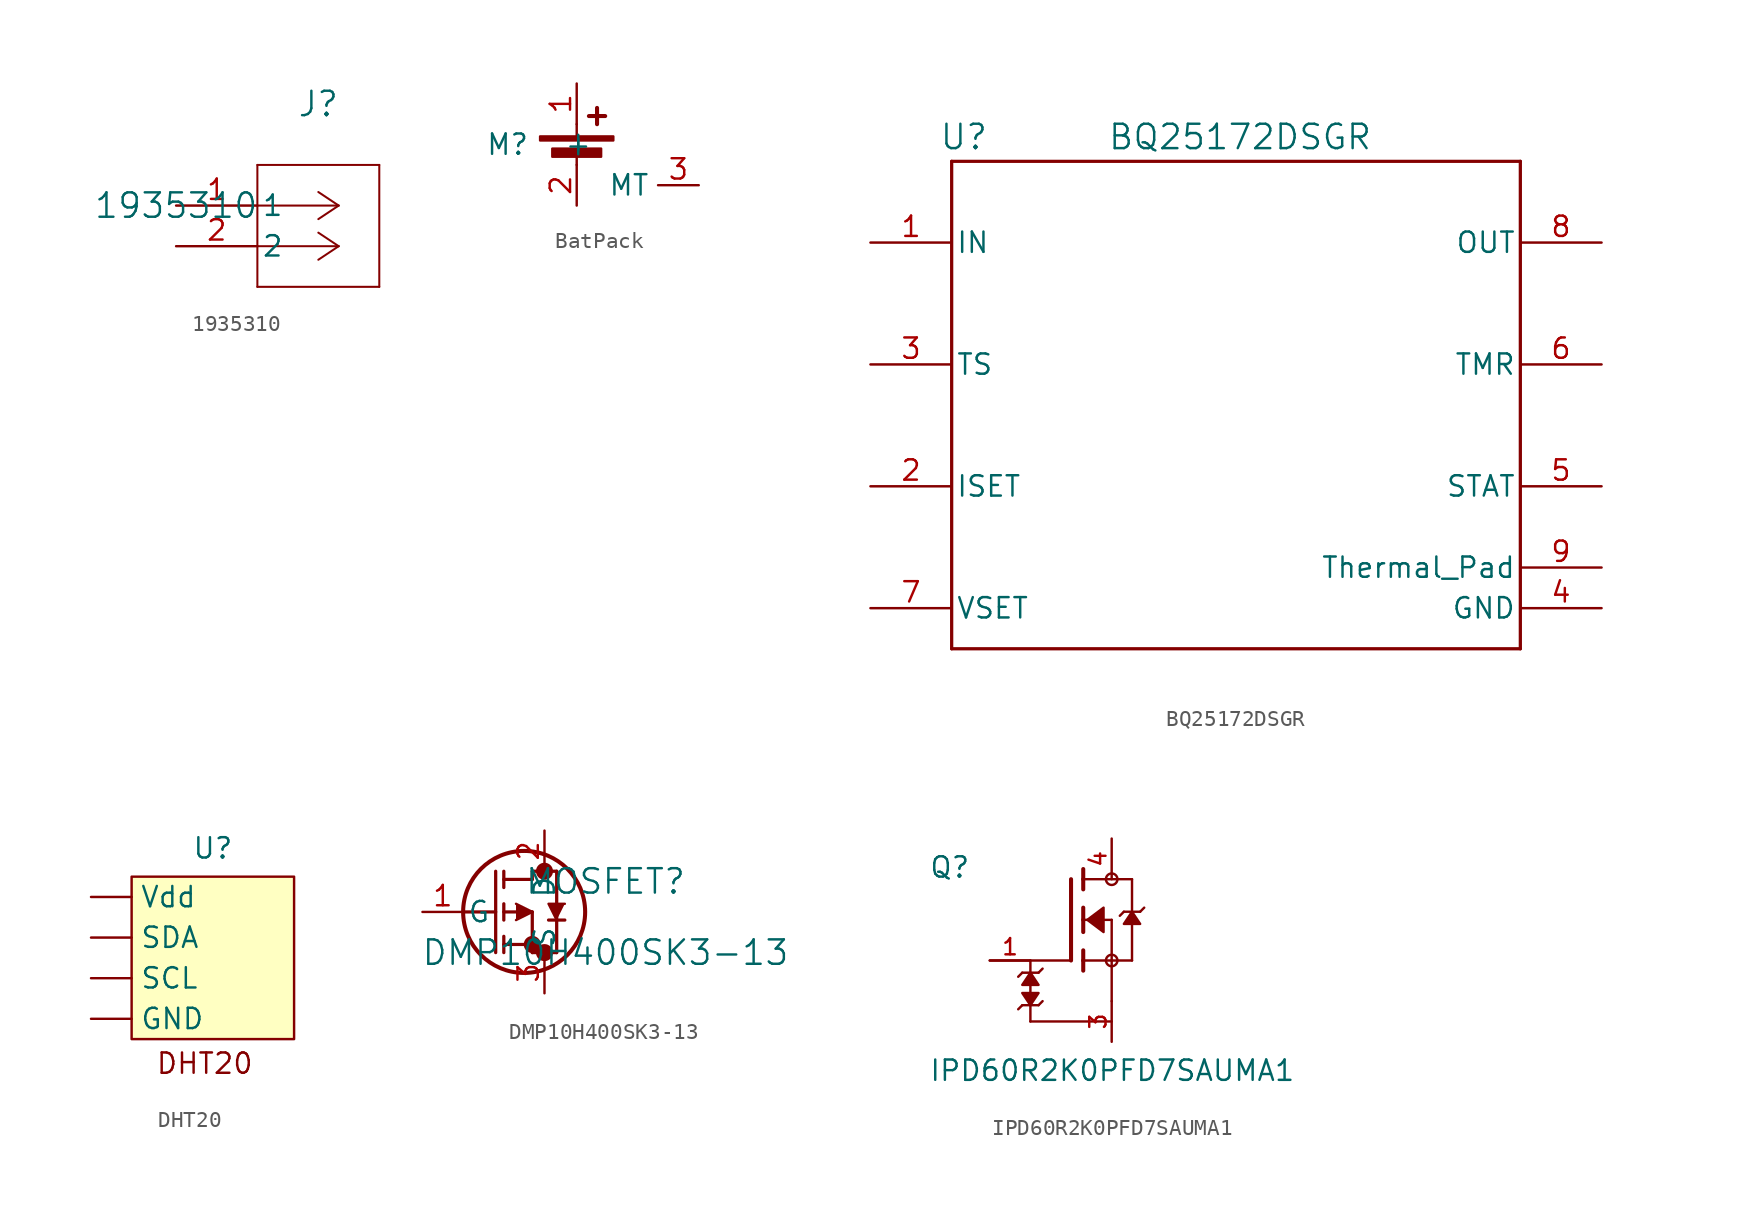
<source format=kicad_sym>
(kicad_symbol_lib
  (version 20231120)
  (generator "kicad_symbol_editor")
  (generator_version "8.0")
  (symbol "1935310"
    (pin_names
      (offset 0.254))
    (property "Reference" "J"
      (at 8.89 6.35 0)
      (effects (font (size 1.524 1.524))))
    (property "Value" "1935310"
      (at 0 0 0)
      (effects (font (size 1.524 1.524))))
    (symbol "1935310_0_1"
      (polyline (pts (xy 5.08 -5.08) (xy 12.7 -5.08)) (stroke (width 0.127) (type default)) (fill (type none)))
      (polyline (pts (xy 5.08 2.54) (xy 5.08 -5.08)) (stroke (width 0.127) (type default)) (fill (type none)))
      (polyline (pts (xy 10.16 -2.54) (xy 5.08 -2.54)) (stroke (width 0.127) (type default)) (fill (type none)))
      (polyline (pts (xy 10.16 -2.54) (xy 8.89 -3.387)) (stroke (width 0.127) (type default)) (fill (type none)))
      (polyline (pts (xy 10.16 -2.54) (xy 8.89 -1.693)) (stroke (width 0.127) (type default)) (fill (type none)))
      (polyline (pts (xy 10.16 0) (xy 5.08 0)) (stroke (width 0.127) (type default)) (fill (type none)))
      (polyline (pts (xy 10.16 0) (xy 8.89 -0.847)) (stroke (width 0.127) (type default)) (fill (type none)))
      (polyline (pts (xy 10.16 0) (xy 8.89 0.847)) (stroke (width 0.127) (type default)) (fill (type none)))
      (polyline (pts (xy 12.7 -5.08) (xy 12.7 2.54)) (stroke (width 0.127) (type default)) (fill (type none)))
      (polyline (pts (xy 12.7 2.54) (xy 5.08 2.54)) (stroke (width 0.127) (type default)) (fill (type none)))
      (pin unspecified line (at 0 0 0) (length 5.08) (name "1" (effects (font (size 1.27 1.27)))) (number "1" (effects (font (size 1.27 1.27)))))
      (pin unspecified line (at 0 -2.54 0) (length 5.08) (name "2" (effects (font (size 1.27 1.27)))) (number "2" (effects (font (size 1.27 1.27)))))))
  (symbol "BatPack"
    (property "Reference" "M"
      (at -4.318 0 0)
      (effects (font (size 1.27 1.27))))
    (property "Value" ""
      (at -3.81 0 0)
      (effects (font (size 1.27 1.27))))
    (symbol "BatPack_0_1"
      (rectangle (start -2.286 0.508) (end 2.286 0.254) (stroke (width 0) (type default)) (fill (type outline)))
      (rectangle (start -1.524 -0.254) (end 1.524 -0.762) (stroke (width 0) (type default)) (fill (type outline)))
      (polyline (pts (xy 0 -0.508) (xy 0 -1.27)) (stroke (width 0) (type default)) (fill (type none)))
      (polyline (pts (xy 0 0.508) (xy 0 1.27)) (stroke (width 0) (type default)) (fill (type none)))
      (polyline (pts (xy 0.762 1.778) (xy 1.778 1.778)) (stroke (width 0.254) (type default)) (fill (type none)))
      (polyline (pts (xy 1.27 2.286) (xy 1.27 1.27)) (stroke (width 0.254) (type default)) (fill (type none))))
    (symbol "BatPack_1_1"
      (pin passive line (at 0 3.81 270) (length 2.54) (name "+" (effects (font (size 1.27 1.27)))) (number "1" (effects (font (size 1.27 1.27)))))
      (pin passive line (at 0 -3.81 90) (length 2.54) (name "-" (effects (font (size 1.27 1.27)))) (number "2" (effects (font (size 1.27 1.27)))))
      (pin passive line (at 7.62 -2.54 180) (length 2.54) (name "MT" (effects (font (size 1.27 1.27)))) (number "3" (effects (font (size 1.27 1.27)))))))
  (symbol "BQ25172DSGR"
    (pin_names
      (offset 0.254))
    (property "Reference" "U"
      (at 5.842 6.604 0)
      (effects (font (size 1.524 1.524))))
    (property "Value" "BQ25172DSGR"
      (at 23.114 6.604 0)
      (effects (font (size 1.524 1.524))))
    (property "ki_locked" ""
      (at 0 0 0)
      (effects (font (size 1.27 1.27))))
    (symbol "BQ25172DSGR_0_1"
      (polyline (pts (xy 5.08 -25.4) (xy 40.64 -25.4)) (stroke (width 0.203) (type default)) (fill (type none)))
      (polyline (pts (xy 5.08 5.08) (xy 5.08 -25.4)) (stroke (width 0.203) (type default)) (fill (type none)))
      (polyline (pts (xy 40.64 -25.4) (xy 40.64 5.08)) (stroke (width 0.203) (type default)) (fill (type none)))
      (polyline (pts (xy 40.64 5.08) (xy 5.08 5.08)) (stroke (width 0.203) (type default)) (fill (type none)))
      (pin power_in line (at 0 0 0) (length 5.08) (name "IN" (effects (font (size 1.27 1.27)))) (number "1" (effects (font (size 1.27 1.27)))))
      (pin unspecified line (at 0 -15.24 0) (length 5.08) (name "ISET" (effects (font (size 1.27 1.27)))) (number "2" (effects (font (size 1.27 1.27)))))
      (pin unspecified line (at 0 -7.62 0) (length 5.08) (name "TS" (effects (font (size 1.27 1.27)))) (number "3" (effects (font (size 1.27 1.27)))))
      (pin power_in line (at 45.72 -22.86 180) (length 5.08) (name "GND" (effects (font (size 1.27 1.27)))) (number "4" (effects (font (size 1.27 1.27)))))
      (pin unspecified line (at 45.72 -15.24 180) (length 5.08) (name "STAT" (effects (font (size 1.27 1.27)))) (number "5" (effects (font (size 1.27 1.27)))))
      (pin input line (at 45.72 -7.62 180) (length 5.08) (name "TMR" (effects (font (size 1.27 1.27)))) (number "6" (effects (font (size 1.27 1.27)))))
      (pin unspecified line (at 0 -22.86 0) (length 5.08) (name "VSET" (effects (font (size 1.27 1.27)))) (number "7" (effects (font (size 1.27 1.27)))))
      (pin unspecified line (at 45.72 0 180) (length 5.08) (name "OUT" (effects (font (size 1.27 1.27)))) (number "8" (effects (font (size 1.27 1.27)))))
      (pin unspecified line (at 45.72 -20.32 180) (length 5.08) (name "Thermal_Pad" (effects (font (size 1.27 1.27)))) (number "9" (effects (font (size 1.27 1.27)))))))
  (symbol "DHT20"
    (property "Reference" "U"
      (at 0 6.858 0)
      (effects (font (size 1.27 1.27))))
    (property "Value" ""
      (at -2.54 2.54 0)
      (effects (font (size 1.27 1.27))))
    (symbol "DHT20_1_1"
      (rectangle (start -5.08 5.08) (end 5.08 -5.08) (stroke (width 0) (type default)) (fill (type background)))
      (text "DHT20" (at -0.508 -6.604 0) (effects (font (size 1.27 1.27))))
      (pin input line (at -7.62 -3.81 0) (length 2.54) (name "GND" (effects (font (size 1.27 1.27)))) (number "" (effects (font (size 1.27 1.27)))))
      (pin input line (at -7.62 -1.27 0) (length 2.54) (name "SCL" (effects (font (size 1.27 1.27)))) (number "" (effects (font (size 1.27 1.27)))))
      (pin input line (at -7.62 1.27 0) (length 2.54) (name "SDA" (effects (font (size 1.27 1.27)))) (number "" (effects (font (size 1.27 1.27)))))
      (pin input line (at -7.62 3.81 0) (length 2.54) (name "Vdd" (effects (font (size 1.27 1.27)))) (number "" (effects (font (size 1.27 1.27)))))))
  (symbol "DMP10H400SK3-13"
    (pin_names
      (offset 0.254))
    (property "Reference" "MOSFET"
      (at 11.43 1.905 0)
      (effects (font (size 1.524 1.524))))
    (property "Value" "DMP10H400SK3-13"
      (at 11.43 -2.54 0)
      (effects (font (size 1.524 1.524))))
    (symbol "DMP10H400SK3-13_0_1"
      (polyline (pts (xy 2.54 0) (xy 4.572 0)) (stroke (width 0.203) (type default)) (fill (type none)))
      (polyline (pts (xy 4.572 -2.54) (xy 4.572 2.54)) (stroke (width 0.203) (type default)) (fill (type none)))
      (polyline (pts (xy 5.08 -2.54) (xy 5.08 -1.524)) (stroke (width 0.203) (type default)) (fill (type none)))
      (polyline (pts (xy 5.08 -2.032) (xy 6.858 -2.032)) (stroke (width 0.203) (type default)) (fill (type none)))
      (polyline (pts (xy 5.08 -0.508) (xy 5.08 0.508)) (stroke (width 0.203) (type default)) (fill (type none)))
      (polyline (pts (xy 5.08 0) (xy 6.858 0)) (stroke (width 0.203) (type default)) (fill (type none)))
      (polyline (pts (xy 5.08 1.524) (xy 5.08 2.54)) (stroke (width 0.203) (type default)) (fill (type none)))
      (polyline (pts (xy 5.08 2.032) (xy 6.858 2.032)) (stroke (width 0.203) (type default)) (fill (type none)))
      (polyline (pts (xy 6.858 -2.54) (xy 6.858 0)) (stroke (width 0.203) (type default)) (fill (type none)))
      (polyline (pts (xy 6.858 -2.54) (xy 8.382 -2.54)) (stroke (width 0.203) (type default)) (fill (type none)))
      (polyline (pts (xy 6.858 2.032) (xy 6.858 2.54)) (stroke (width 0.203) (type default)) (fill (type none)))
      (polyline (pts (xy 6.858 2.54) (xy 8.382 2.54)) (stroke (width 0.203) (type default)) (fill (type none)))
      (polyline (pts (xy 8.382 -2.54) (xy 8.382 2.54)) (stroke (width 0.203) (type default)) (fill (type none)))
      (polyline (pts (xy 8.89 -0.508) (xy 7.874 -0.508)) (stroke (width 0.203) (type default)) (fill (type none)))
      (polyline (pts (xy 5.842 0.508) (xy 6.858 0) (xy 5.842 -0.508)) (stroke (width 0) (type default)) (fill (type outline)))
      (polyline (pts (xy 8.89 0.508) (xy 7.874 0.508) (xy 8.382 -0.508)) (stroke (width 0) (type default)) (fill (type outline)))
      (circle (center 6.35 0) (radius 3.81) (stroke (width 0.254) (type default)) (fill (type none)))
      (circle (center 6.858 -2.032) (radius 0.025) (stroke (width 0.508) (type default)) (fill (type none)))
      (circle (center 7.62 -2.54) (radius 0.025) (stroke (width 0.508) (type default)) (fill (type none)))
      (circle (center 7.62 2.54) (radius 0.025) (stroke (width 0.508) (type default)) (fill (type none)))
      (pin unspecified line (at 0 0 0) (length 2.54) (name "G" (effects (font (size 1.27 1.27)))) (number "1" (effects (font (size 1.27 1.27)))))
      (pin unspecified line (at 7.62 5.08 270) (length 2.54) (name "D" (effects (font (size 1.27 1.27)))) (number "2" (effects (font (size 1.27 1.27)))))
      (pin unspecified line (at 7.62 -5.08 90) (length 2.54) (name "S" (effects (font (size 1.27 1.27)))) (number "3" (effects (font (size 1.27 1.27)))))))
  (symbol "IPD60R2K0PFD7SAUMA1"
    (pin_names
      (offset 1.016))
    (property "Reference" "Q"
      (at -8.89 2.54 0)
      (effects (font (size 1.27 1.27)) (justify left bottom)))
    (property "Value" "IPD60R2K0PFD7SAUMA1"
      (at -8.89 -10.16 0)
      (effects (font (size 1.27 1.27)) (justify left bottom)))
    (symbol "IPD60R2K0PFD7SAUMA1_0_0"
      (polyline (pts (xy -3.302 -5.588) (xy -3.048 -5.334)) (stroke (width 0.152) (type default)) (fill (type none)))
      (polyline (pts (xy -3.048 -5.334) (xy -2.54 -5.334)) (stroke (width 0.152) (type default)) (fill (type none)))
      (polyline (pts (xy -3.048 -3.302) (xy -3.302 -3.556)) (stroke (width 0.152) (type default)) (fill (type none)))
      (polyline (pts (xy -2.54 -6.35) (xy -2.54 -5.334)) (stroke (width 0.152) (type default)) (fill (type none)))
      (polyline (pts (xy -2.54 -6.35) (xy 2.54 -6.35)) (stroke (width 0.152) (type default)) (fill (type none)))
      (polyline (pts (xy -2.54 -5.334) (xy -2.032 -5.334)) (stroke (width 0.152) (type default)) (fill (type none)))
      (polyline (pts (xy -2.54 -4.064) (xy -2.54 -4.572)) (stroke (width 0.152) (type default)) (fill (type none)))
      (polyline (pts (xy -2.54 -3.302) (xy -3.048 -3.302)) (stroke (width 0.152) (type default)) (fill (type none)))
      (polyline (pts (xy -2.54 -2.54) (xy -2.54 -3.302)) (stroke (width 0.152) (type default)) (fill (type none)))
      (polyline (pts (xy -2.032 -5.334) (xy -1.778 -5.08)) (stroke (width 0.152) (type default)) (fill (type none)))
      (polyline (pts (xy -2.032 -3.302) (xy -2.54 -3.302)) (stroke (width 0.152) (type default)) (fill (type none)))
      (polyline (pts (xy -1.778 -3.048) (xy -2.032 -3.302)) (stroke (width 0.152) (type default)) (fill (type none)))
      (polyline (pts (xy 0 -2.54) (xy -5.08 -2.54)) (stroke (width 0.152) (type default)) (fill (type none)))
      (polyline (pts (xy 0 2.54) (xy 0 -2.54)) (stroke (width 0.254) (type default)) (fill (type none)))
      (polyline (pts (xy 0.762 -2.54) (xy 0.762 -3.175)) (stroke (width 0.254) (type default)) (fill (type none)))
      (polyline (pts (xy 0.762 -1.905) (xy 0.762 -2.54)) (stroke (width 0.254) (type default)) (fill (type none)))
      (polyline (pts (xy 0.762 0) (xy 0.762 -0.762)) (stroke (width 0.254) (type default)) (fill (type none)))
      (polyline (pts (xy 0.762 0) (xy 2.54 0)) (stroke (width 0.152) (type default)) (fill (type none)))
      (polyline (pts (xy 0.762 0.762) (xy 0.762 0)) (stroke (width 0.254) (type default)) (fill (type none)))
      (polyline (pts (xy 0.762 2.54) (xy 0.762 1.905)) (stroke (width 0.254) (type default)) (fill (type none)))
      (polyline (pts (xy 0.762 2.54) (xy 3.81 2.54)) (stroke (width 0.152) (type default)) (fill (type none)))
      (polyline (pts (xy 0.762 3.175) (xy 0.762 2.54)) (stroke (width 0.254) (type default)) (fill (type none)))
      (polyline (pts (xy 2.54 -2.54) (xy 0.762 -2.54)) (stroke (width 0.152) (type default)) (fill (type none)))
      (polyline (pts (xy 2.54 -2.54) (xy 2.54 -5.08)) (stroke (width 0.152) (type default)) (fill (type none)))
      (polyline (pts (xy 2.54 -2.54) (xy 3.81 -2.54)) (stroke (width 0.152) (type default)) (fill (type none)))
      (polyline (pts (xy 2.54 0) (xy 2.54 -2.54)) (stroke (width 0.152) (type default)) (fill (type none)))
      (polyline (pts (xy 3.302 0.508) (xy 3.048 0.254)) (stroke (width 0.152) (type default)) (fill (type none)))
      (polyline (pts (xy 3.81 0.508) (xy 3.302 0.508)) (stroke (width 0.152) (type default)) (fill (type none)))
      (polyline (pts (xy 3.81 0.508) (xy 3.81 -2.54)) (stroke (width 0.152) (type default)) (fill (type none)))
      (polyline (pts (xy 3.81 2.54) (xy 3.81 0.508)) (stroke (width 0.152) (type default)) (fill (type none)))
      (polyline (pts (xy 4.318 0.508) (xy 3.81 0.508)) (stroke (width 0.152) (type default)) (fill (type none)))
      (polyline (pts (xy 4.572 0.762) (xy 4.318 0.508)) (stroke (width 0.152) (type default)) (fill (type none)))
      (polyline (pts (xy -2.54 -5.334) (xy -2.032 -4.572) (xy -3.048 -4.572) (xy -2.54 -5.334)) (stroke (width 0.152) (type default)) (fill (type outline)))
      (polyline (pts (xy -2.54 -3.302) (xy -3.048 -4.064) (xy -2.032 -4.064) (xy -2.54 -3.302)) (stroke (width 0.152) (type default)) (fill (type outline)))
      (polyline (pts (xy 1.016 0) (xy 2.032 0.762) (xy 2.032 -0.762) (xy 1.016 0)) (stroke (width 0.152) (type default)) (fill (type outline)))
      (polyline (pts (xy 3.81 0.508) (xy 3.302 -0.254) (xy 4.318 -0.254) (xy 3.81 0.508)) (stroke (width 0.152) (type default)) (fill (type outline)))
      (circle (center 2.54 -2.54) (radius 0.359) (stroke (width 0) (type default)) (fill (type none)))
      (circle (center 2.54 2.54) (radius 0.359) (stroke (width 0) (type default)) (fill (type none)))
      (pin passive line (at -5.08 -2.54 0) (length 2.54) (name "~" (effects (font (size 1.016 1.016)))) (number "1" (effects (font (size 1.016 1.016)))))
      (pin passive line (at 2.54 -7.62 90) (length 2.54) (name "~" (effects (font (size 1.016 1.016)))) (number "3" (effects (font (size 1.016 1.016)))))
      (pin passive line (at 2.54 5.08 270) (length 2.54) (name "~" (effects (font (size 1.016 1.016)))) (number "4" (effects (font (size 1.016 1.016))))))))
</source>
